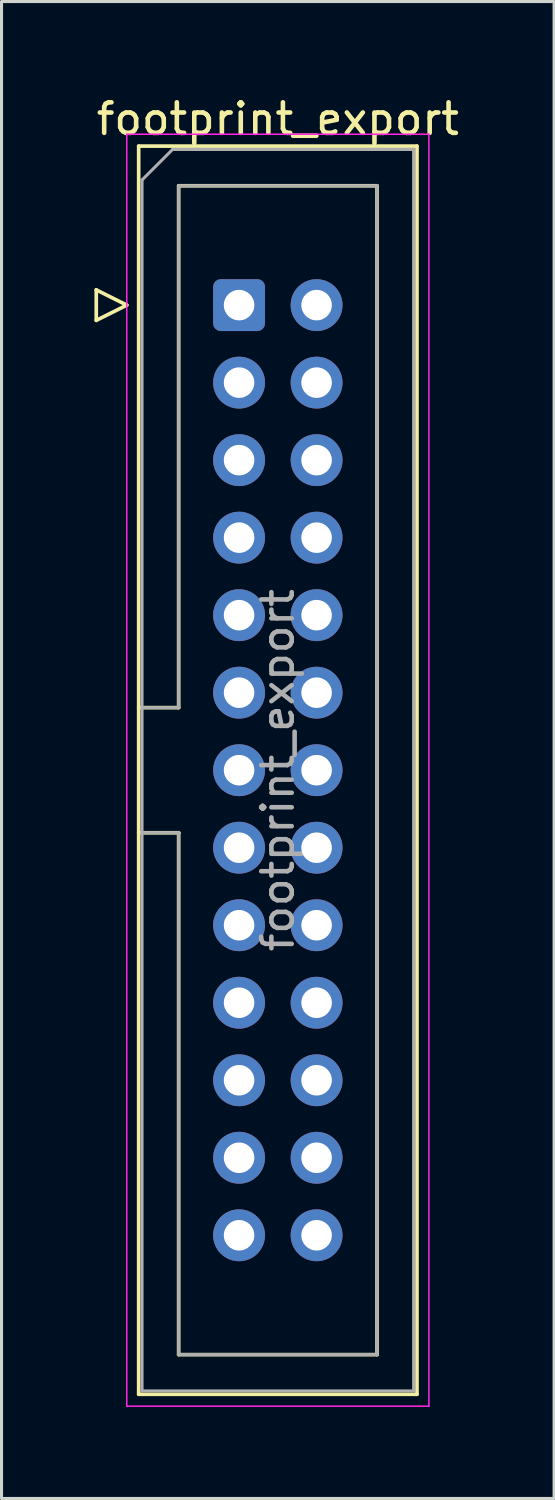
<source format=kicad_pcb>
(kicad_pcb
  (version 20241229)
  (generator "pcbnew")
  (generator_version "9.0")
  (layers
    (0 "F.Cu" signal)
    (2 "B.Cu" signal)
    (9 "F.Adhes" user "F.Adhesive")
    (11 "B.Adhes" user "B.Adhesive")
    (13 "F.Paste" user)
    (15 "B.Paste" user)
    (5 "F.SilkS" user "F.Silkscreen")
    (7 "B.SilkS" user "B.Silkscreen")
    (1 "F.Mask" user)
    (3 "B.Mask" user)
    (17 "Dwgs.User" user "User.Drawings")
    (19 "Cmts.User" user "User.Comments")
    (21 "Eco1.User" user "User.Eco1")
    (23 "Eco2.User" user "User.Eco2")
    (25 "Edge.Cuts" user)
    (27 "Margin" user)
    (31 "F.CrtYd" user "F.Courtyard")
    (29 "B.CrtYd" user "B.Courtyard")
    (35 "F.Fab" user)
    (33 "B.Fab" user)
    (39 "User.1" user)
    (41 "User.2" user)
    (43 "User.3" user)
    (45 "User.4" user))
  (footprint "footprint_export"
    (layer "F.Cu")
    (at 4.784 6.948)
    (property "Reference" "footprint_export" (at 1.27 -6.1 0) (layer "F.SilkS") (effects (font (size 1 1) (thickness 0.15))))
    (attr through_hole)
    (fp_line (start -4.68 -0.5) (end -4.68 0.5) (stroke (width 0.12) (type solid)) (layer "F.SilkS"))
    (fp_line (start -4.68 0.5) (end -3.68 0) (stroke (width 0.12) (type solid)) (layer "F.SilkS"))
    (fp_line (start -3.68 0) (end -4.68 -0.5) (stroke (width 0.12) (type solid)) (layer "F.SilkS"))
    (fp_line (start -3.29 -5.21) (end 5.83 -5.21) (stroke (width 0.12) (type solid)) (layer "F.SilkS"))
    (fp_line (start -3.29 13.19) (end -1.98 13.19) (stroke (width 0.12) (type solid)) (layer "F.SilkS"))
    (fp_line (start -3.29 35.69) (end -3.29 -5.21) (stroke (width 0.12) (type solid)) (layer "F.SilkS"))
    (fp_line (start -1.98 -3.91) (end 4.52 -3.91) (stroke (width 0.12) (type solid)) (layer "F.SilkS"))
    (fp_line (start -1.98 13.19) (end -1.98 -3.91) (stroke (width 0.12) (type solid)) (layer "F.SilkS"))
    (fp_line (start -1.98 17.29) (end -3.29 17.29) (stroke (width 0.12) (type solid)) (layer "F.SilkS"))
    (fp_line (start -1.98 17.29) (end -1.98 17.29) (stroke (width 0.12) (type solid)) (layer "F.SilkS"))
    (fp_line (start -1.98 34.39) (end -1.98 17.29) (stroke (width 0.12) (type solid)) (layer "F.SilkS"))
    (fp_line (start 4.52 -3.91) (end 4.52 34.39) (stroke (width 0.12) (type solid)) (layer "F.SilkS"))
    (fp_line (start 4.52 34.39) (end -1.98 34.39) (stroke (width 0.12) (type solid)) (layer "F.SilkS"))
    (fp_line (start 5.83 -5.21) (end 5.83 35.69) (stroke (width 0.12) (type solid)) (layer "F.SilkS"))
    (fp_line (start 5.83 35.69) (end -3.29 35.69) (stroke (width 0.12) (type solid)) (layer "F.SilkS"))
    (fp_line (start -3.68 -5.6) (end -3.68 36.08) (stroke (width 0.05) (type solid)) (layer "F.CrtYd"))
    (fp_line (start -3.68 36.08) (end 6.22 36.08) (stroke (width 0.05) (type solid)) (layer "F.CrtYd"))
    (fp_line (start 6.22 -5.6) (end -3.68 -5.6) (stroke (width 0.05) (type solid)) (layer "F.CrtYd"))
    (fp_line (start 6.22 36.08) (end 6.22 -5.6) (stroke (width 0.05) (type solid)) (layer "F.CrtYd"))
    (fp_line (start -3.18 -4.1) (end -2.18 -5.1) (stroke (width 0.1) (type solid)) (layer "F.Fab"))
    (fp_line (start -3.18 13.19) (end -1.98 13.19) (stroke (width 0.1) (type solid)) (layer "F.Fab"))
    (fp_line (start -3.18 35.58) (end -3.18 -4.1) (stroke (width 0.1) (type solid)) (layer "F.Fab"))
    (fp_line (start -2.18 -5.1) (end 5.72 -5.1) (stroke (width 0.1) (type solid)) (layer "F.Fab"))
    (fp_line (start -1.98 -3.91) (end 4.52 -3.91) (stroke (width 0.1) (type solid)) (layer "F.Fab"))
    (fp_line (start -1.98 13.19) (end -1.98 -3.91) (stroke (width 0.1) (type solid)) (layer "F.Fab"))
    (fp_line (start -1.98 17.29) (end -3.18 17.29) (stroke (width 0.1) (type solid)) (layer "F.Fab"))
    (fp_line (start -1.98 17.29) (end -1.98 17.29) (stroke (width 0.1) (type solid)) (layer "F.Fab"))
    (fp_line (start -1.98 34.39) (end -1.98 17.29) (stroke (width 0.1) (type solid)) (layer "F.Fab"))
    (fp_line (start 4.52 -3.91) (end 4.52 34.39) (stroke (width 0.1) (type solid)) (layer "F.Fab"))
    (fp_line (start 4.52 34.39) (end -1.98 34.39) (stroke (width 0.1) (type solid)) (layer "F.Fab"))
    (fp_line (start 5.72 -5.1) (end 5.72 35.58) (stroke (width 0.1) (type solid)) (layer "F.Fab"))
    (fp_line (start 5.72 35.58) (end -3.18 35.58) (stroke (width 0.1) (type solid)) (layer "F.Fab"))
    (fp_text user "${REFERENCE}" (at 1.27 15.24 90) (layer "F.Fab") (effects (font (size 1 1) (thickness 0.15))))
    (pad "1" thru_hole roundrect (at 0 0) (size 1.7 1.7) (drill 1) (layers "*.Cu" "*.Mask") (roundrect_rratio 0.147))
    (pad "2" thru_hole circle (at 2.54 0) (size 1.7 1.7) (drill 1) (layers "*.Cu" "*.Mask"))
    (pad "3" thru_hole circle (at 0 2.54) (size 1.7 1.7) (drill 1) (layers "*.Cu" "*.Mask"))
    (pad "4" thru_hole circle (at 2.54 2.54) (size 1.7 1.7) (drill 1) (layers "*.Cu" "*.Mask"))
    (pad "5" thru_hole circle (at 0 5.08) (size 1.7 1.7) (drill 1) (layers "*.Cu" "*.Mask"))
    (pad "6" thru_hole circle (at 2.54 5.08) (size 1.7 1.7) (drill 1) (layers "*.Cu" "*.Mask"))
    (pad "7" thru_hole circle (at 0 7.62) (size 1.7 1.7) (drill 1) (layers "*.Cu" "*.Mask"))
    (pad "8" thru_hole circle (at 2.54 7.62) (size 1.7 1.7) (drill 1) (layers "*.Cu" "*.Mask"))
    (pad "9" thru_hole circle (at 0 10.16) (size 1.7 1.7) (drill 1) (layers "*.Cu" "*.Mask"))
    (pad "10" thru_hole circle (at 2.54 10.16) (size 1.7 1.7) (drill 1) (layers "*.Cu" "*.Mask"))
    (pad "11" thru_hole circle (at 0 12.7) (size 1.7 1.7) (drill 1) (layers "*.Cu" "*.Mask"))
    (pad "12" thru_hole circle (at 2.54 12.7) (size 1.7 1.7) (drill 1) (layers "*.Cu" "*.Mask"))
    (pad "13" thru_hole circle (at 0 15.24) (size 1.7 1.7) (drill 1) (layers "*.Cu" "*.Mask"))
    (pad "14" thru_hole circle (at 2.54 15.24) (size 1.7 1.7) (drill 1) (layers "*.Cu" "*.Mask"))
    (pad "15" thru_hole circle (at 0 17.78) (size 1.7 1.7) (drill 1) (layers "*.Cu" "*.Mask"))
    (pad "16" thru_hole circle (at 2.54 17.78) (size 1.7 1.7) (drill 1) (layers "*.Cu" "*.Mask"))
    (pad "17" thru_hole circle (at 0 20.32) (size 1.7 1.7) (drill 1) (layers "*.Cu" "*.Mask"))
    (pad "18" thru_hole circle (at 2.54 20.32) (size 1.7 1.7) (drill 1) (layers "*.Cu" "*.Mask"))
    (pad "19" thru_hole circle (at 0 22.86) (size 1.7 1.7) (drill 1) (layers "*.Cu" "*.Mask"))
    (pad "20" thru_hole circle (at 2.54 22.86) (size 1.7 1.7) (drill 1) (layers "*.Cu" "*.Mask"))
    (pad "21" thru_hole circle (at 0 25.4) (size 1.7 1.7) (drill 1) (layers "*.Cu" "*.Mask"))
    (pad "22" thru_hole circle (at 2.54 25.4) (size 1.7 1.7) (drill 1) (layers "*.Cu" "*.Mask"))
    (pad "23" thru_hole circle (at 0 27.94) (size 1.7 1.7) (drill 1) (layers "*.Cu" "*.Mask"))
    (pad "24" thru_hole circle (at 2.54 27.94) (size 1.7 1.7) (drill 1) (layers "*.Cu" "*.Mask"))
    (pad "25" thru_hole circle (at 0 30.48) (size 1.7 1.7) (drill 1) (layers "*.Cu" "*.Mask"))
    (pad "26" thru_hole circle (at 2.54 30.48) (size 1.7 1.7) (drill 1) (layers "*.Cu" "*.Mask")))
  (gr_rect
    (start -3 -3)
    (end 15.107 46.053)
    (stroke (width 0.1) (type default))
    (fill no)
    (layer "Edge.Cuts")))
</source>
